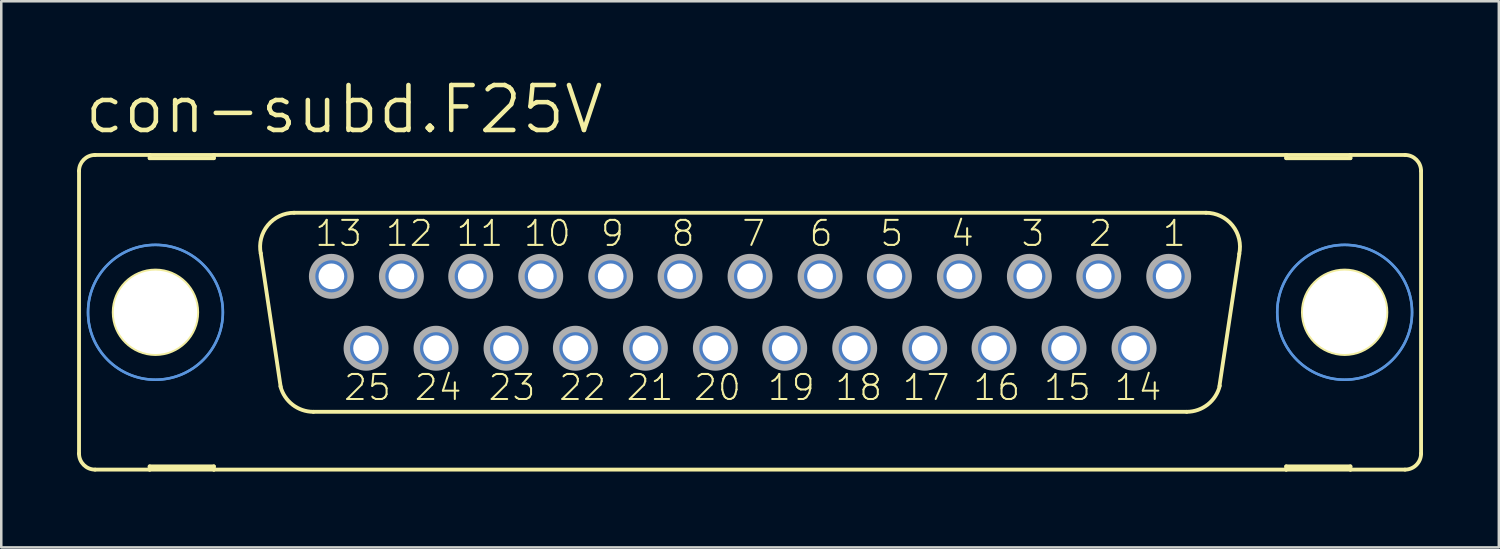
<source format=kicad_pcb>
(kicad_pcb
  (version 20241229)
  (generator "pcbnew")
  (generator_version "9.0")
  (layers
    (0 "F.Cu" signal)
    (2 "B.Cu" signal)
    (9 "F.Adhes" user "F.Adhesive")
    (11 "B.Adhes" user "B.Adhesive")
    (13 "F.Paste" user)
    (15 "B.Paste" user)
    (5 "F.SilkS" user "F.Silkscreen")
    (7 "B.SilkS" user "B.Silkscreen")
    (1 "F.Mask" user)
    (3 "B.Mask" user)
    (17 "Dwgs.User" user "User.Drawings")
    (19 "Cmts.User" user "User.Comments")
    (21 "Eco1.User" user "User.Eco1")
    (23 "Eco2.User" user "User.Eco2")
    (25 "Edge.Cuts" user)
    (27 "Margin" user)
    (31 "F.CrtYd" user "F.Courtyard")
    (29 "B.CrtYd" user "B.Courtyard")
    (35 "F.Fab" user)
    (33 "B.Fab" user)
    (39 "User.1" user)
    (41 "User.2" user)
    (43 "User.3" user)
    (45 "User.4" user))
  (footprint "con-subd.F25V"
    (layer "F.Cu")
    (at 26.619 9.303)
    (property "Reference" "con-subd.F25V" (at -26.416 -6.985 0) (layer "F.SilkS") (effects (font (size 1.778 1.778) (thickness 0.18)) (justify left bottom)))
    (attr through_hole)
    (fp_line (start -26.543 -5.588) (end -26.543 5.588) (stroke (width 0.152) (type default)) (layer "F.SilkS"))
    (fp_line (start -25.908 6.223) (end -23.749 6.223) (stroke (width 0.152) (type default)) (layer "F.SilkS"))
    (fp_line (start -23.749 -6.223) (end -25.908 -6.223) (stroke (width 0.152) (type default)) (layer "F.SilkS"))
    (fp_line (start -23.749 -6.223) (end -23.749 -6.096) (stroke (width 0.152) (type default)) (layer "F.SilkS"))
    (fp_line (start -23.749 -6.096) (end -21.209 -6.096) (stroke (width 0.152) (type default)) (layer "F.SilkS"))
    (fp_line (start -23.749 6.096) (end -21.209 6.096) (stroke (width 0.152) (type default)) (layer "F.SilkS"))
    (fp_line (start -23.749 6.223) (end -23.749 6.096) (stroke (width 0.152) (type default)) (layer "F.SilkS"))
    (fp_line (start -23.749 6.223) (end -21.209 6.223) (stroke (width 0.152) (type default)) (layer "F.SilkS"))
    (fp_line (start -21.209 -6.223) (end -23.749 -6.223) (stroke (width 0.152) (type default)) (layer "F.SilkS"))
    (fp_line (start -21.209 -6.096) (end -21.209 -6.223) (stroke (width 0.152) (type default)) (layer "F.SilkS"))
    (fp_line (start -21.209 6.096) (end -21.209 6.223) (stroke (width 0.152) (type default)) (layer "F.SilkS"))
    (fp_line (start -21.209 6.223) (end 21.209 6.223) (stroke (width 0.152) (type default)) (layer "F.SilkS"))
    (fp_line (start -18.567 2.946) (end -19.355 -2.337) (stroke (width 0.152) (type default)) (layer "F.SilkS"))
    (fp_line (start -18.034 -3.937) (end 18.034 -3.937) (stroke (width 0.152) (type default)) (layer "F.SilkS"))
    (fp_line (start -17.272 3.937) (end 17.272 3.937) (stroke (width 0.152) (type default)) (layer "F.SilkS"))
    (fp_line (start 19.355 -2.311) (end 18.567 2.921) (stroke (width 0.152) (type default)) (layer "F.SilkS"))
    (fp_line (start 21.209 -6.223) (end -21.209 -6.223) (stroke (width 0.152) (type default)) (layer "F.SilkS"))
    (fp_line (start 21.209 -6.223) (end 21.209 -6.096) (stroke (width 0.152) (type default)) (layer "F.SilkS"))
    (fp_line (start 21.209 -6.096) (end 23.749 -6.096) (stroke (width 0.152) (type default)) (layer "F.SilkS"))
    (fp_line (start 21.209 6.096) (end 23.749 6.096) (stroke (width 0.152) (type default)) (layer "F.SilkS"))
    (fp_line (start 21.209 6.223) (end 21.209 6.096) (stroke (width 0.152) (type default)) (layer "F.SilkS"))
    (fp_line (start 21.209 6.223) (end 23.749 6.223) (stroke (width 0.152) (type default)) (layer "F.SilkS"))
    (fp_line (start 23.749 -6.223) (end 21.209 -6.223) (stroke (width 0.152) (type default)) (layer "F.SilkS"))
    (fp_line (start 23.749 -6.096) (end 23.749 -6.223) (stroke (width 0.152) (type default)) (layer "F.SilkS"))
    (fp_line (start 23.749 6.096) (end 23.749 6.223) (stroke (width 0.152) (type default)) (layer "F.SilkS"))
    (fp_line (start 23.749 6.223) (end 25.908 6.223) (stroke (width 0.152) (type default)) (layer "F.SilkS"))
    (fp_line (start 25.908 -6.223) (end 23.749 -6.223) (stroke (width 0.152) (type default)) (layer "F.SilkS"))
    (fp_line (start 26.543 -5.588) (end 26.543 5.588) (stroke (width 0.152) (type default)) (layer "F.SilkS"))
    (fp_arc (start -26.543 -5.588) (mid -26.357013 -6.037013) (end -25.908 -6.223) (stroke (width 0.1524) (type default)) (layer "F.SilkS"))
    (fp_arc (start -25.908 6.223) (mid -26.357013 6.037013) (end -26.543 5.588) (stroke (width 0.1524) (type default)) (layer "F.SilkS"))
    (fp_arc (start -19.3541 -2.3268) (mid -19.075082 -3.444284) (end -18.034 -3.937) (stroke (width 0.1524) (type default)) (layer "F.SilkS"))
    (fp_arc (start -17.272 3.937) (mid -18.0955 3.655746) (end -18.5749 2.9295) (stroke (width 0.1524) (type default)) (layer "F.SilkS"))
    (fp_arc (start 18.034 -3.937) (mid 19.082556 -3.435184) (end 19.3495 -2.3038) (stroke (width 0.1524) (type default)) (layer "F.SilkS"))
    (fp_arc (start 18.5807 2.905) (mid 18.105256 3.647874) (end 17.272 3.937) (stroke (width 0.1524) (type default)) (layer "F.SilkS"))
    (fp_arc (start 25.908 -6.223) (mid 26.357013 -6.037013) (end 26.543 -5.588) (stroke (width 0.1524) (type default)) (layer "F.SilkS"))
    (fp_arc (start 26.543 5.588) (mid 26.357013 6.037013) (end 25.908 6.223) (stroke (width 0.1524) (type default)) (layer "F.SilkS"))
    (fp_circle (center -23.52 0) (end -21.869 0) (stroke (width 0.152) (type default)) (fill no) (layer "F.SilkS"))
    (fp_circle (center 23.52 0) (end 25.171 0) (stroke (width 0.152) (type default)) (fill no) (layer "F.SilkS"))
    (fp_circle (center -23.52 0) (end -20.853 0) (stroke (width 0.1) (type default)) (fill no) (layer "Cmts.User"))
    (fp_circle (center -23.52 0) (end -20.853 0) (stroke (width 0.1) (type default)) (fill no) (layer "Cmts.User"))
    (fp_circle (center 23.52 0) (end 26.187 0) (stroke (width 0.1) (type default)) (fill no) (layer "Cmts.User"))
    (fp_circle (center 23.52 0) (end 26.187 0) (stroke (width 0.1) (type default)) (fill no) (layer "Cmts.User"))
    (fp_circle (center -16.561 -1.422) (end -15.799 -1.422) (stroke (width 0.254) (type default)) (fill no) (layer "F.Fab"))
    (fp_circle (center -15.189 1.422) (end -14.427 1.422) (stroke (width 0.254) (type default)) (fill no) (layer "F.Fab"))
    (fp_circle (center -13.792 -1.422) (end -13.03 -1.422) (stroke (width 0.254) (type default)) (fill no) (layer "F.Fab"))
    (fp_circle (center -12.421 1.422) (end -11.659 1.422) (stroke (width 0.254) (type default)) (fill no) (layer "F.Fab"))
    (fp_circle (center -11.049 -1.422) (end -10.287 -1.422) (stroke (width 0.254) (type default)) (fill no) (layer "F.Fab"))
    (fp_circle (center -9.652 1.422) (end -8.89 1.422) (stroke (width 0.254) (type default)) (fill no) (layer "F.Fab"))
    (fp_circle (center -8.28 -1.422) (end -7.518 -1.422) (stroke (width 0.254) (type default)) (fill no) (layer "F.Fab"))
    (fp_circle (center -6.909 1.422) (end -6.147 1.422) (stroke (width 0.254) (type default)) (fill no) (layer "F.Fab"))
    (fp_circle (center -5.512 -1.422) (end -4.75 -1.422) (stroke (width 0.254) (type default)) (fill no) (layer "F.Fab"))
    (fp_circle (center -4.14 1.422) (end -3.378 1.422) (stroke (width 0.254) (type default)) (fill no) (layer "F.Fab"))
    (fp_circle (center -2.769 -1.422) (end -2.007 -1.422) (stroke (width 0.254) (type default)) (fill no) (layer "F.Fab"))
    (fp_circle (center -1.372 1.422) (end -0.61 1.422) (stroke (width 0.254) (type default)) (fill no) (layer "F.Fab"))
    (fp_circle (center 0 -1.422) (end 0.762 -1.422) (stroke (width 0.254) (type default)) (fill no) (layer "F.Fab"))
    (fp_circle (center 1.372 1.422) (end 2.134 1.422) (stroke (width 0.254) (type default)) (fill no) (layer "F.Fab"))
    (fp_circle (center 2.769 -1.422) (end 3.531 -1.422) (stroke (width 0.254) (type default)) (fill no) (layer "F.Fab"))
    (fp_circle (center 4.14 1.422) (end 4.902 1.422) (stroke (width 0.254) (type default)) (fill no) (layer "F.Fab"))
    (fp_circle (center 5.512 -1.422) (end 6.274 -1.422) (stroke (width 0.254) (type default)) (fill no) (layer "F.Fab"))
    (fp_circle (center 6.909 1.422) (end 7.671 1.422) (stroke (width 0.254) (type default)) (fill no) (layer "F.Fab"))
    (fp_circle (center 8.28 -1.422) (end 9.042 -1.422) (stroke (width 0.254) (type default)) (fill no) (layer "F.Fab"))
    (fp_circle (center 9.652 1.422) (end 10.414 1.422) (stroke (width 0.254) (type default)) (fill no) (layer "F.Fab"))
    (fp_circle (center 11.049 -1.422) (end 11.811 -1.422) (stroke (width 0.254) (type default)) (fill no) (layer "F.Fab"))
    (fp_circle (center 12.421 1.422) (end 13.183 1.422) (stroke (width 0.254) (type default)) (fill no) (layer "F.Fab"))
    (fp_circle (center 13.792 -1.422) (end 14.554 -1.422) (stroke (width 0.254) (type default)) (fill no) (layer "F.Fab"))
    (fp_circle (center 15.189 1.422) (end 15.951 1.422) (stroke (width 0.254) (type default)) (fill no) (layer "F.Fab"))
    (fp_circle (center 16.561 -1.422) (end 17.323 -1.422) (stroke (width 0.254) (type default)) (fill no) (layer "F.Fab"))
    (fp_text user "11" (at -11.684 -2.54 0) (layer "F.SilkS") (effects (font (size 0.991 0.991) (thickness 0.08)) (justify left bottom)))
    (fp_text user "17" (at 5.969 3.556 0) (layer "F.SilkS") (effects (font (size 0.991 0.991) (thickness 0.08)) (justify left bottom)))
    (fp_text user "7" (at -0.381 -2.54 0) (layer "F.SilkS") (effects (font (size 0.991 0.991) (thickness 0.08)) (justify left bottom)))
    (fp_text user "24" (at -13.335 3.556 0) (layer "F.SilkS") (effects (font (size 0.991 0.991) (thickness 0.08)) (justify left bottom)))
    (fp_text user "4" (at 7.874 -2.54 0) (layer "F.SilkS") (effects (font (size 0.991 0.991) (thickness 0.08)) (justify left bottom)))
    (fp_text user "18" (at 3.302 3.556 0) (layer "F.SilkS") (effects (font (size 0.991 0.991) (thickness 0.08)) (justify left bottom)))
    (fp_text user "6" (at 2.286 -2.54 0) (layer "F.SilkS") (effects (font (size 0.991 0.991) (thickness 0.08)) (justify left bottom)))
    (fp_text user "12" (at -14.478 -2.54 0) (layer "F.SilkS") (effects (font (size 0.991 0.991) (thickness 0.08)) (justify left bottom)))
    (fp_text user "23" (at -10.414 3.556 0) (layer "F.SilkS") (effects (font (size 0.991 0.991) (thickness 0.08)) (justify left bottom)))
    (fp_text user "21" (at -4.953 3.556 0) (layer "F.SilkS") (effects (font (size 0.991 0.991) (thickness 0.08)) (justify left bottom)))
    (fp_text user "25" (at -16.129 3.556 0) (layer "F.SilkS") (effects (font (size 0.991 0.991) (thickness 0.08)) (justify left bottom)))
    (fp_text user "8" (at -3.175 -2.54 0) (layer "F.SilkS") (effects (font (size 0.991 0.991) (thickness 0.08)) (justify left bottom)))
    (fp_text user "10" (at -9.017 -2.54 0) (layer "F.SilkS") (effects (font (size 0.991 0.991) (thickness 0.08)) (justify left bottom)))
    (fp_text user "14" (at 14.351 3.556 0) (layer "F.SilkS") (effects (font (size 0.991 0.991) (thickness 0.08)) (justify left bottom)))
    (fp_text user "3" (at 10.668 -2.54 0) (layer "F.SilkS") (effects (font (size 0.991 0.991) (thickness 0.08)) (justify left bottom)))
    (fp_text user "2" (at 13.335 -2.54 0) (layer "F.SilkS") (effects (font (size 0.991 0.991) (thickness 0.08)) (justify left bottom)))
    (fp_text user "20" (at -2.286 3.556 0) (layer "F.SilkS") (effects (font (size 0.991 0.991) (thickness 0.08)) (justify left bottom)))
    (fp_text user "13" (at -17.272 -2.54 0) (layer "F.SilkS") (effects (font (size 0.991 0.991) (thickness 0.08)) (justify left bottom)))
    (fp_text user "5" (at 5.08 -2.54 0) (layer "F.SilkS") (effects (font (size 0.991 0.991) (thickness 0.08)) (justify left bottom)))
    (fp_text user "22" (at -7.62 3.556 0) (layer "F.SilkS") (effects (font (size 0.991 0.991) (thickness 0.08)) (justify left bottom)))
    (fp_text user "16" (at 8.763 3.556 0) (layer "F.SilkS") (effects (font (size 0.991 0.991) (thickness 0.08)) (justify left bottom)))
    (fp_text user "15" (at 11.557 3.556 0) (layer "F.SilkS") (effects (font (size 0.991 0.991) (thickness 0.08)) (justify left bottom)))
    (fp_text user "19" (at 0.635 3.556 0) (layer "F.SilkS") (effects (font (size 0.991 0.991) (thickness 0.08)) (justify left bottom)))
    (fp_text user "1" (at 16.256 -2.54 0) (layer "F.SilkS") (effects (font (size 0.991 0.991) (thickness 0.08)) (justify left bottom)))
    (fp_text user "9" (at -5.969 -2.54 0) (layer "F.SilkS") (effects (font (size 0.991 0.991) (thickness 0.08)) (justify left bottom)))
    (pad "" np_thru_hole circle (at -23.52 0) (size 3.302 3.302) (drill 3.302) (layers "*.Cu" "*.Mask"))
    (pad "" np_thru_hole circle (at 23.52 0) (size 3.302 3.302) (drill 3.302) (layers "*.Cu" "*.Mask"))
    (pad "1" thru_hole circle (at 16.561 -1.422) (size 1.524 1.524) (drill 1.016) (layers "*.Cu" "*.Mask"))
    (pad "2" thru_hole circle (at 13.792 -1.422) (size 1.524 1.524) (drill 1.016) (layers "*.Cu" "*.Mask"))
    (pad "3" thru_hole circle (at 11.049 -1.422) (size 1.524 1.524) (drill 1.016) (layers "*.Cu" "*.Mask"))
    (pad "4" thru_hole circle (at 8.28 -1.422) (size 1.524 1.524) (drill 1.016) (layers "*.Cu" "*.Mask"))
    (pad "5" thru_hole circle (at 5.512 -1.422) (size 1.524 1.524) (drill 1.016) (layers "*.Cu" "*.Mask"))
    (pad "6" thru_hole circle (at 2.769 -1.422) (size 1.524 1.524) (drill 1.016) (layers "*.Cu" "*.Mask"))
    (pad "7" thru_hole circle (at 0 -1.422) (size 1.524 1.524) (drill 1.016) (layers "*.Cu" "*.Mask"))
    (pad "8" thru_hole circle (at -2.769 -1.422) (size 1.524 1.524) (drill 1.016) (layers "*.Cu" "*.Mask"))
    (pad "9" thru_hole circle (at -5.512 -1.422) (size 1.524 1.524) (drill 1.016) (layers "*.Cu" "*.Mask"))
    (pad "10" thru_hole circle (at -8.28 -1.422) (size 1.524 1.524) (drill 1.016) (layers "*.Cu" "*.Mask"))
    (pad "11" thru_hole circle (at -11.049 -1.422) (size 1.524 1.524) (drill 1.016) (layers "*.Cu" "*.Mask"))
    (pad "12" thru_hole circle (at -13.792 -1.422) (size 1.524 1.524) (drill 1.016) (layers "*.Cu" "*.Mask"))
    (pad "13" thru_hole circle (at -16.561 -1.422) (size 1.524 1.524) (drill 1.016) (layers "*.Cu" "*.Mask"))
    (pad "14" thru_hole circle (at 15.189 1.422) (size 1.524 1.524) (drill 1.016) (layers "*.Cu" "*.Mask"))
    (pad "15" thru_hole circle (at 12.421 1.422) (size 1.524 1.524) (drill 1.016) (layers "*.Cu" "*.Mask"))
    (pad "16" thru_hole circle (at 9.652 1.422) (size 1.524 1.524) (drill 1.016) (layers "*.Cu" "*.Mask"))
    (pad "17" thru_hole circle (at 6.909 1.422) (size 1.524 1.524) (drill 1.016) (layers "*.Cu" "*.Mask"))
    (pad "18" thru_hole circle (at 4.14 1.422) (size 1.524 1.524) (drill 1.016) (layers "*.Cu" "*.Mask"))
    (pad "19" thru_hole circle (at 1.372 1.422) (size 1.524 1.524) (drill 1.016) (layers "*.Cu" "*.Mask"))
    (pad "20" thru_hole circle (at -1.372 1.422) (size 1.524 1.524) (drill 1.016) (layers "*.Cu" "*.Mask"))
    (pad "21" thru_hole circle (at -4.14 1.422) (size 1.524 1.524) (drill 1.016) (layers "*.Cu" "*.Mask"))
    (pad "22" thru_hole circle (at -6.909 1.422) (size 1.524 1.524) (drill 1.016) (layers "*.Cu" "*.Mask"))
    (pad "23" thru_hole circle (at -9.652 1.422) (size 1.524 1.524) (drill 1.016) (layers "*.Cu" "*.Mask"))
    (pad "24" thru_hole circle (at -12.421 1.422) (size 1.524 1.524) (drill 1.016) (layers "*.Cu" "*.Mask"))
    (pad "25" thru_hole circle (at -15.189 1.422) (size 1.524 1.524) (drill 1.016) (layers "*.Cu" "*.Mask")))
  (gr_rect
    (start -3 -3)
    (end 56.238 18.602)
    (stroke (width 0.1) (type default))
    (fill no)
    (layer "Edge.Cuts")))
</source>
